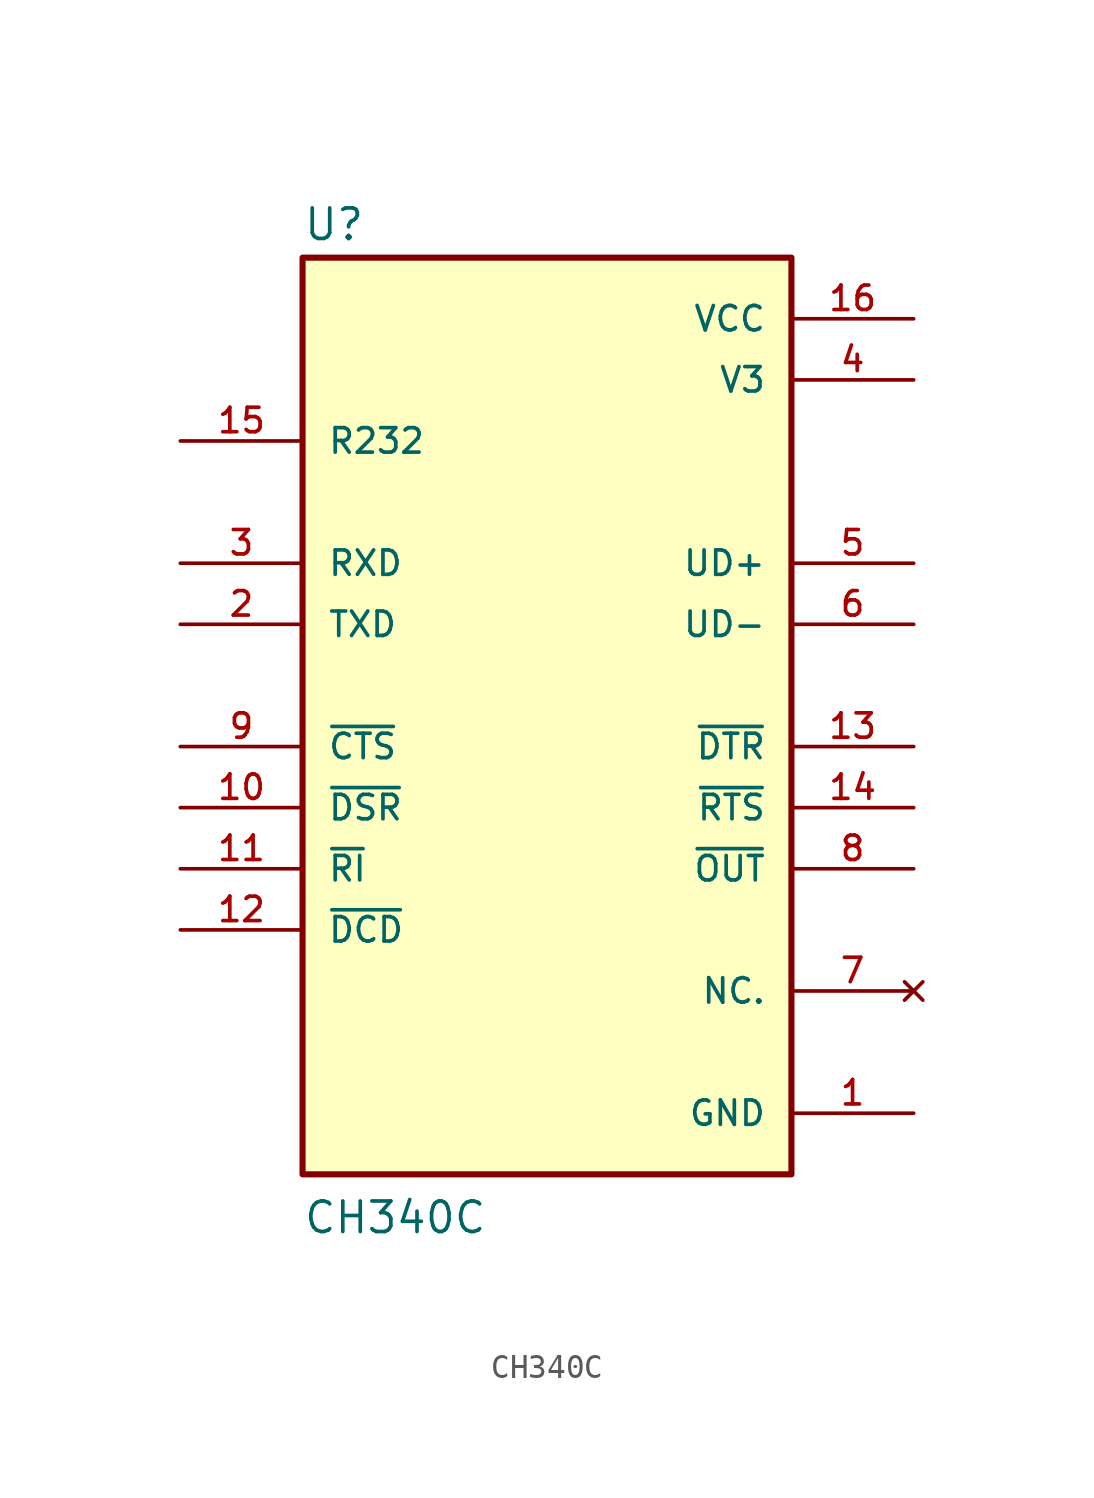
<source format=kicad_sym>
(kicad_symbol_lib
  (version 20211014)
  (generator kicad_symbol_editor)
  (symbol "CH340C"
    (pin_names
      (offset 1.016))
    (property "Reference" "U"
      (at -10.16 20.955 0)
      (effects (font (size 1.27 1.27)) (justify bottom left)))
    (property "Value" "CH340C"
      (at -10.16 -20.32 0)
      (effects (font (size 1.27 1.27)) (justify bottom left)))
    (symbol "CH340C_0_0"
      (rectangle (start -10.16 -17.78) (end 10.16 20.32) (stroke (width 0.254)) (fill (type background)))
      (pin input line (at -15.24 0.0 0) (length 5.08) (name "~{CTS}" (effects (font (size 1.016 1.016)))) (number "9" (effects (font (size 1.016 1.016)))))
      (pin input line (at -15.24 -7.62 0) (length 5.08) (name "~{DCD}" (effects (font (size 1.016 1.016)))) (number "12" (effects (font (size 1.016 1.016)))))
      (pin input line (at -15.24 -2.54 0) (length 5.08) (name "~{DSR}" (effects (font (size 1.016 1.016)))) (number "10" (effects (font (size 1.016 1.016)))))
      (pin output line (at 15.24 0.0 180.0) (length 5.08) (name "~{DTR}" (effects (font (size 1.016 1.016)))) (number "13" (effects (font (size 1.016 1.016)))))
      (pin input line (at -15.24 -5.08 0) (length 5.08) (name "~{RI}" (effects (font (size 1.016 1.016)))) (number "11" (effects (font (size 1.016 1.016)))))
      (pin output line (at 15.24 -2.54 180.0) (length 5.08) (name "~{RTS}" (effects (font (size 1.016 1.016)))) (number "14" (effects (font (size 1.016 1.016)))))
      (pin power_in line (at 15.24 -15.24 180.0) (length 5.08) (name "GND" (effects (font (size 1.016 1.016)))) (number "1" (effects (font (size 1.016 1.016)))))
      (pin input line (at -15.24 12.7 0) (length 5.08) (name "R232" (effects (font (size 1.016 1.016)))) (number "15" (effects (font (size 1.016 1.016)))))
      (pin input line (at -15.24 7.62 0) (length 5.08) (name "RXD" (effects (font (size 1.016 1.016)))) (number "3" (effects (font (size 1.016 1.016)))))
      (pin output line (at -15.24 5.08 0) (length 5.08) (name "TXD" (effects (font (size 1.016 1.016)))) (number "2" (effects (font (size 1.016 1.016)))))
      (pin bidirectional line (at 15.24 7.62 180.0) (length 5.08) (name "UD+" (effects (font (size 1.016 1.016)))) (number "5" (effects (font (size 1.016 1.016)))))
      (pin bidirectional line (at 15.24 5.08 180.0) (length 5.08) (name "UD-" (effects (font (size 1.016 1.016)))) (number "6" (effects (font (size 1.016 1.016)))))
      (pin power_in line (at 15.24 15.24 180.0) (length 5.08) (name "V3" (effects (font (size 1.016 1.016)))) (number "4" (effects (font (size 1.016 1.016)))))
      (pin power_in line (at 15.24 17.78 180.0) (length 5.08) (name "VCC" (effects (font (size 1.016 1.016)))) (number "16" (effects (font (size 1.016 1.016)))))
      (pin no_connect line (at 15.24 -10.16 180.0) (length 5.08) (name "NC." (effects (font (size 1.016 1.016)))) (number "7" (effects (font (size 1.016 1.016)))))
      (pin output line (at 15.24 -5.08 180.0) (length 5.08) (name "~{OUT}" (effects (font (size 1.016 1.016)))) (number "8" (effects (font (size 1.016 1.016))))))))
</source>
